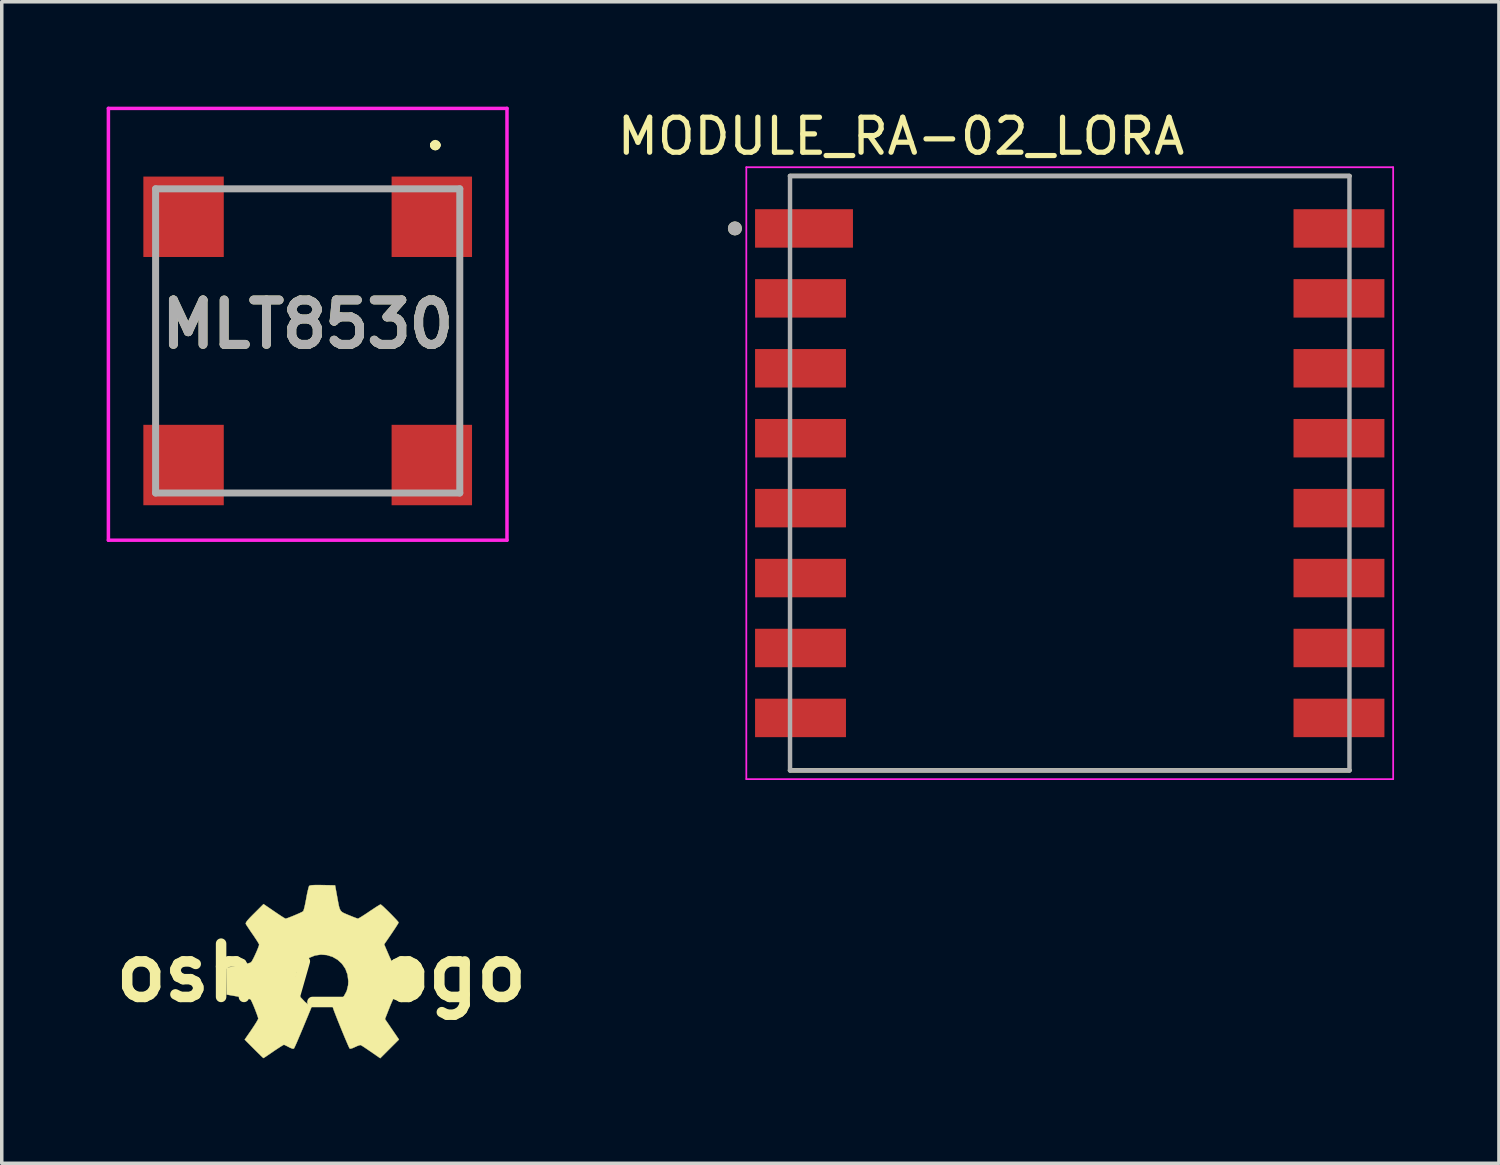
<source format=kicad_pcb>
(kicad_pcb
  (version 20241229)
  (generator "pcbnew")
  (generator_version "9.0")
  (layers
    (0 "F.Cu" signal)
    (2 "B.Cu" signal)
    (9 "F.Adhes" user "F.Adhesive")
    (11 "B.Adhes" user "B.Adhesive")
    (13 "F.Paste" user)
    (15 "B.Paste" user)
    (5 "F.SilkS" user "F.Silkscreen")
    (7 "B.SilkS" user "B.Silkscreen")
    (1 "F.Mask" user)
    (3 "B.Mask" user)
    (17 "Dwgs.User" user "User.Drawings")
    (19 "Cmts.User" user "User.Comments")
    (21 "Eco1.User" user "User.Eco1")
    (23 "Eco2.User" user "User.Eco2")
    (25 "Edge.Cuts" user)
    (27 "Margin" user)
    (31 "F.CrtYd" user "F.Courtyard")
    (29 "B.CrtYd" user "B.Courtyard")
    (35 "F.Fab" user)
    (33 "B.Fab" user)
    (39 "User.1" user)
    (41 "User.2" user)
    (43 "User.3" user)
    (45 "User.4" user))
  (footprint "oshw_logo"
    (layer "F.Cu")
    (at 6.14 24.773)
    (property "Reference" "oshw_logo" (at 0 0 0) (layer "F.SilkS") (effects (font (size 1.524 1.524) (thickness 0.3))))
    (attr through_hole)
    (fp_poly (pts (xy 0.035 -2.509) (xy 0.393 -2.502) (xy 0.451 -2.184) (xy 0.479 -2.03) (xy 0.501 -1.917) (xy 0.523 -1.837) (xy 0.551 -1.781) (xy 0.588 -1.742) (xy 0.641 -1.71) (xy 0.715 -1.678) (xy 0.785 -1.649) (xy 0.888 -1.607) (xy 0.973 -1.574) (xy 1.031 -1.554) (xy 1.049 -1.549) (xy 1.077 -1.563) (xy 1.14 -1.6) (xy 1.228 -1.656) (xy 1.333 -1.725) (xy 1.373 -1.753) (xy 1.482 -1.825) (xy 1.576 -1.887) (xy 1.648 -1.931) (xy 1.689 -1.954) (xy 1.694 -1.956) (xy 1.719 -1.939) (xy 1.772 -1.893) (xy 1.842 -1.826) (xy 1.924 -1.746) (xy 2.008 -1.662) (xy 2.087 -1.58) (xy 2.152 -1.511) (xy 2.196 -1.461) (xy 2.21 -1.439) (xy 2.196 -1.411) (xy 2.159 -1.35) (xy 2.103 -1.264) (xy 2.033 -1.159) (xy 2.004 -1.116) (xy 1.797 -0.814) (xy 1.907 -0.558) (xy 1.953 -0.453) (xy 1.995 -0.365) (xy 2.027 -0.306) (xy 2.042 -0.286) (xy 2.075 -0.276) (xy 2.148 -0.258) (xy 2.252 -0.236) (xy 2.375 -0.212) (xy 2.412 -0.205) (xy 2.756 -0.139) (xy 2.763 0.219) (xy 2.765 0.373) (xy 2.762 0.483) (xy 2.756 0.555) (xy 2.745 0.594) (xy 2.738 0.603) (xy 2.701 0.617) (xy 2.625 0.636) (xy 2.521 0.659) (xy 2.399 0.682) (xy 2.388 0.684) (xy 2.267 0.706) (xy 2.165 0.726) (xy 2.092 0.741) (xy 2.057 0.749) (xy 2.056 0.75) (xy 2.042 0.776) (xy 2.013 0.84) (xy 1.974 0.932) (xy 1.931 1.041) (xy 1.82 1.322) (xy 2.22 1.907) (xy 1.685 2.442) (xy 1.42 2.259) (xy 1.318 2.189) (xy 1.229 2.129) (xy 1.162 2.086) (xy 1.128 2.066) (xy 1.127 2.065) (xy 1.09 2.07) (xy 1.024 2.094) (xy 0.965 2.121) (xy 0.891 2.154) (xy 0.835 2.17) (xy 0.813 2.167) (xy 0.795 2.136) (xy 0.763 2.065) (xy 0.719 1.963) (xy 0.666 1.839) (xy 0.608 1.699) (xy 0.548 1.552) (xy 0.489 1.407) (xy 0.435 1.271) (xy 0.389 1.153) (xy 0.354 1.06) (xy 0.334 1) (xy 0.33 0.984) (xy 0.341 0.946) (xy 0.354 0.94) (xy 0.382 0.924) (xy 0.437 0.881) (xy 0.506 0.822) (xy 0.515 0.813) (xy 0.644 0.672) (xy 0.726 0.522) (xy 0.767 0.353) (xy 0.773 0.241) (xy 0.75 0.051) (xy 0.688 -0.117) (xy 0.591 -0.259) (xy 0.466 -0.374) (xy 0.32 -0.458) (xy 0.159 -0.508) (xy -0.01 -0.522) (xy -0.182 -0.496) (xy -0.349 -0.429) (xy -0.504 -0.318) (xy -0.622 -0.179) (xy -0.702 -0.014) (xy -0.741 0.166) (xy -0.738 0.35) (xy -0.691 0.529) (xy -0.675 0.565) (xy -0.591 0.702) (xy -0.471 0.83) (xy -0.349 0.927) (xy -0.279 0.978) (xy -0.52 1.56) (xy -0.588 1.722) (xy -0.65 1.868) (xy -0.703 1.993) (xy -0.746 2.088) (xy -0.775 2.149) (xy -0.785 2.167) (xy -0.822 2.17) (xy -0.892 2.143) (xy -0.928 2.124) (xy -1 2.087) (xy -1.053 2.062) (xy -1.072 2.057) (xy -1.1 2.071) (xy -1.162 2.109) (xy -1.248 2.165) (xy -1.351 2.233) (xy -1.372 2.248) (xy -1.474 2.318) (xy -1.561 2.377) (xy -1.624 2.419) (xy -1.655 2.438) (xy -1.656 2.438) (xy -1.676 2.421) (xy -1.725 2.375) (xy -1.797 2.304) (xy -1.885 2.217) (xy -1.928 2.174) (xy -2.191 1.91) (xy -1.997 1.629) (xy -1.926 1.522) (xy -1.866 1.428) (xy -1.824 1.356) (xy -1.804 1.314) (xy -1.803 1.31) (xy -1.813 1.27) (xy -1.838 1.196) (xy -1.873 1.102) (xy -1.913 0.999) (xy -1.954 0.902) (xy -1.99 0.821) (xy -2.016 0.771) (xy -2.022 0.761) (xy -2.055 0.749) (xy -2.127 0.73) (xy -2.229 0.708) (xy -2.351 0.685) (xy -2.375 0.68) (xy -2.705 0.622) (xy -2.712 0.239) (xy -2.719 -0.144) (xy -2.385 -0.204) (xy -2.25 -0.23) (xy -2.135 -0.257) (xy -2.051 -0.282) (xy -2.008 -0.303) (xy -2.007 -0.303) (xy -1.981 -0.341) (xy -1.942 -0.412) (xy -1.898 -0.504) (xy -1.853 -0.604) (xy -1.814 -0.697) (xy -1.787 -0.77) (xy -1.778 -0.809) (xy -1.792 -0.839) (xy -1.829 -0.901) (xy -1.885 -0.987) (xy -1.952 -1.087) (xy -1.956 -1.092) (xy -2.027 -1.195) (xy -2.088 -1.287) (xy -2.134 -1.356) (xy -2.157 -1.394) (xy -2.157 -1.394) (xy -2.161 -1.418) (xy -2.147 -1.451) (xy -2.111 -1.5) (xy -2.048 -1.57) (xy -1.953 -1.667) (xy -1.917 -1.702) (xy -1.653 -1.966) (xy -1.349 -1.758) (xy -1.24 -1.684) (xy -1.145 -1.621) (xy -1.072 -1.575) (xy -1.03 -1.552) (xy -1.023 -1.549) (xy -0.984 -1.559) (xy -0.913 -1.585) (xy -0.822 -1.621) (xy -0.724 -1.662) (xy -0.632 -1.702) (xy -0.56 -1.736) (xy -0.521 -1.759) (xy -0.518 -1.761) (xy -0.504 -1.796) (xy -0.483 -1.871) (xy -0.46 -1.975) (xy -0.436 -2.098) (xy -0.432 -2.121) (xy -0.409 -2.247) (xy -0.385 -2.355) (xy -0.365 -2.437) (xy -0.35 -2.481) (xy -0.348 -2.484) (xy -0.323 -2.497) (xy -0.268 -2.506) (xy -0.177 -2.51) (xy -0.045 -2.51) (xy 0.035 -2.509)) (stroke (width 0.01) (type solid)) (fill yes) (layer "F.SilkS")))
  (footprint "MLT8530"
    (layer "F.Cu")
    (at 5.75 6.7)
    (property "Reference" "MLT8530" (at 0 -0.475 0) (layer "F.SilkS") (effects (font (size 1.27 1.27) (thickness 0.254))))
    (attr smd)
    (fp_line (start -4.35 -1.75) (end -4.35 -1.75) (stroke (width 0.1) (type solid)) (layer "F.SilkS"))
    (fp_line (start -4.35 -1.75) (end -4.35 1.75) (stroke (width 0.1) (type solid)) (layer "F.SilkS"))
    (fp_line (start -4.35 1.75) (end -4.35 -1.75) (stroke (width 0.1) (type solid)) (layer "F.SilkS"))
    (fp_line (start -4.35 1.75) (end -4.35 1.75) (stroke (width 0.1) (type solid)) (layer "F.SilkS"))
    (fp_line (start -1.75 -4.35) (end -1.75 -4.35) (stroke (width 0.1) (type solid)) (layer "F.SilkS"))
    (fp_line (start -1.75 -4.35) (end 1.75 -4.35) (stroke (width 0.1) (type solid)) (layer "F.SilkS"))
    (fp_line (start -1.75 4.35) (end -1.75 4.35) (stroke (width 0.1) (type solid)) (layer "F.SilkS"))
    (fp_line (start -1.75 4.35) (end 1.75 4.35) (stroke (width 0.1) (type solid)) (layer "F.SilkS"))
    (fp_line (start 1.75 -4.35) (end -1.75 -4.35) (stroke (width 0.1) (type solid)) (layer "F.SilkS"))
    (fp_line (start 1.75 -4.35) (end 1.75 -4.35) (stroke (width 0.1) (type solid)) (layer "F.SilkS"))
    (fp_line (start 1.75 4.35) (end -1.75 4.35) (stroke (width 0.1) (type solid)) (layer "F.SilkS"))
    (fp_line (start 1.75 4.35) (end 1.75 4.35) (stroke (width 0.1) (type solid)) (layer "F.SilkS"))
    (fp_line (start 3.6 -5.6) (end 3.6 -5.6) (stroke (width 0.2) (type solid)) (layer "F.SilkS"))
    (fp_line (start 3.6 -5.6) (end 3.6 -5.6) (stroke (width 0.2) (type solid)) (layer "F.SilkS"))
    (fp_line (start 3.7 -5.6) (end 3.7 -5.6) (stroke (width 0.2) (type solid)) (layer "F.SilkS"))
    (fp_line (start 4.35 -1.75) (end 4.35 -1.75) (stroke (width 0.1) (type solid)) (layer "F.SilkS"))
    (fp_line (start 4.35 -1.75) (end 4.35 1.75) (stroke (width 0.1) (type solid)) (layer "F.SilkS"))
    (fp_line (start 4.35 1.75) (end 4.35 -1.75) (stroke (width 0.1) (type solid)) (layer "F.SilkS"))
    (fp_line (start 4.35 1.75) (end 4.35 1.75) (stroke (width 0.1) (type solid)) (layer "F.SilkS"))
    (fp_arc (start 3.6 -5.6) (mid 3.65 -5.65) (end 3.7 -5.6) (stroke (width 0.2) (type solid)) (layer "F.SilkS"))
    (fp_arc (start 3.7 -5.6) (mid 3.65 -5.55) (end 3.6 -5.6) (stroke (width 0.2) (type solid)) (layer "F.SilkS"))
    (fp_arc (start 3.7 -5.6) (mid 3.65 -5.55) (end 3.6 -5.6) (stroke (width 0.2) (type solid)) (layer "F.SilkS"))
    (fp_line (start -5.7 -6.65) (end 5.7 -6.65) (stroke (width 0.1) (type solid)) (layer "F.CrtYd"))
    (fp_line (start -5.7 5.7) (end -5.7 -6.65) (stroke (width 0.1) (type solid)) (layer "F.CrtYd"))
    (fp_line (start 5.7 -6.65) (end 5.7 5.7) (stroke (width 0.1) (type solid)) (layer "F.CrtYd"))
    (fp_line (start 5.7 5.7) (end -5.7 5.7) (stroke (width 0.1) (type solid)) (layer "F.CrtYd"))
    (fp_line (start -4.35 -4.35) (end -4.35 4.35) (stroke (width 0.2) (type solid)) (layer "F.Fab"))
    (fp_line (start -4.35 4.35) (end 4.35 4.35) (stroke (width 0.2) (type solid)) (layer "F.Fab"))
    (fp_line (start 4.35 -4.35) (end -4.35 -4.35) (stroke (width 0.2) (type solid)) (layer "F.Fab"))
    (fp_line (start 4.35 4.35) (end 4.35 -4.35) (stroke (width 0.2) (type solid)) (layer "F.Fab"))
    (fp_text user "${REFERENCE}" (at 0 -0.475 0) (layer "F.Fab") (effects (font (size 1.27 1.27) (thickness 0.254))))
    (pad "1" smd rect (at 3.55 -3.55 90) (size 2.3 2.3) (layers "F.Cu" "F.Mask" "F.Paste"))
    (pad "2" smd rect (at -3.55 -3.55 90) (size 2.3 2.3) (layers "F.Cu" "F.Mask" "F.Paste"))
    (pad "3" smd rect (at -3.55 3.55 90) (size 2.3 2.3) (layers "F.Cu" "F.Mask" "F.Paste"))
    (pad "4" smd rect (at 3.55 3.55 90) (size 2.3 2.3) (layers "F.Cu" "F.Mask" "F.Paste")))
  (footprint "MODULE_RA-02_LORA"
    (layer "F.Cu")
    (at 27.545 10.483)
    (property "Reference" "MODULE_RA-02_LORA" (at -4.825 -9.635 0) (layer "F.SilkS") (effects (font (size 1 1) (thickness 0.15))))
    (attr through_hole)
    (fp_line (start -8 -8.5) (end 8 -8.5) (stroke (width 0.127) (type solid)) (layer "F.SilkS"))
    (fp_line (start -8 8.5) (end 8 8.5) (stroke (width 0.127) (type solid)) (layer "F.SilkS"))
    (fp_circle (center -9.576 -7) (end -9.476 -7) (stroke (width 0.2) (type solid)) (fill no) (layer "F.SilkS"))
    (fp_line (start -9.25 -8.75) (end 9.25 -8.75) (stroke (width 0.05) (type solid)) (layer "F.CrtYd"))
    (fp_line (start -9.25 8.75) (end -9.25 -8.75) (stroke (width 0.05) (type solid)) (layer "F.CrtYd"))
    (fp_line (start 9.25 -8.75) (end 9.25 8.75) (stroke (width 0.05) (type solid)) (layer "F.CrtYd"))
    (fp_line (start 9.25 8.75) (end -9.25 8.75) (stroke (width 0.05) (type solid)) (layer "F.CrtYd"))
    (fp_line (start -8 -8.5) (end 8 -8.5) (stroke (width 0.127) (type solid)) (layer "F.Fab"))
    (fp_line (start -8 8.5) (end -8 -8.5) (stroke (width 0.127) (type solid)) (layer "F.Fab"))
    (fp_line (start 8 -8.5) (end 8 8.5) (stroke (width 0.127) (type solid)) (layer "F.Fab"))
    (fp_line (start 8 8.5) (end -8 8.5) (stroke (width 0.127) (type solid)) (layer "F.Fab"))
    (fp_circle (center -9.576 -7) (end -9.476 -7) (stroke (width 0.2) (type solid)) (fill no) (layer "F.Fab"))
    (pad "1" smd rect (at -7.6 -7) (size 2.8 1.1) (layers "F.Cu" "F.Mask" "F.Paste"))
    (pad "2" smd rect (at -7.7 -5) (size 2.6 1.1) (layers "F.Cu" "F.Mask" "F.Paste"))
    (pad "3" smd rect (at -7.7 -3) (size 2.6 1.1) (layers "F.Cu" "F.Mask" "F.Paste"))
    (pad "4" smd rect (at -7.7 -1) (size 2.6 1.1) (layers "F.Cu" "F.Mask" "F.Paste"))
    (pad "5" smd rect (at -7.7 1) (size 2.6 1.1) (layers "F.Cu" "F.Mask" "F.Paste"))
    (pad "6" smd rect (at -7.7 3) (size 2.6 1.1) (layers "F.Cu" "F.Mask" "F.Paste"))
    (pad "7" smd rect (at -7.7 5) (size 2.6 1.1) (layers "F.Cu" "F.Mask" "F.Paste"))
    (pad "8" smd rect (at -7.7 7) (size 2.6 1.1) (layers "F.Cu" "F.Mask" "F.Paste"))
    (pad "9" smd rect (at 7.7 7) (size 2.6 1.1) (layers "F.Cu" "F.Mask" "F.Paste"))
    (pad "10" smd rect (at 7.7 5) (size 2.6 1.1) (layers "F.Cu" "F.Mask" "F.Paste"))
    (pad "11" smd rect (at 7.7 3) (size 2.6 1.1) (layers "F.Cu" "F.Mask" "F.Paste"))
    (pad "12" smd rect (at 7.7 1) (size 2.6 1.1) (layers "F.Cu" "F.Mask" "F.Paste"))
    (pad "13" smd rect (at 7.7 -1) (size 2.6 1.1) (layers "F.Cu" "F.Mask" "F.Paste"))
    (pad "14" smd rect (at 7.7 -3) (size 2.6 1.1) (layers "F.Cu" "F.Mask" "F.Paste"))
    (pad "15" smd rect (at 7.7 -5) (size 2.6 1.1) (layers "F.Cu" "F.Mask" "F.Paste"))
    (pad "16" smd rect (at 7.7 -7) (size 2.6 1.1) (layers "F.Cu" "F.Mask" "F.Paste")))
  (gr_rect
    (start -3 -3)
    (end 39.82 30.221)
    (stroke (width 0.1) (type default))
    (fill no)
    (layer "Edge.Cuts")))
</source>
